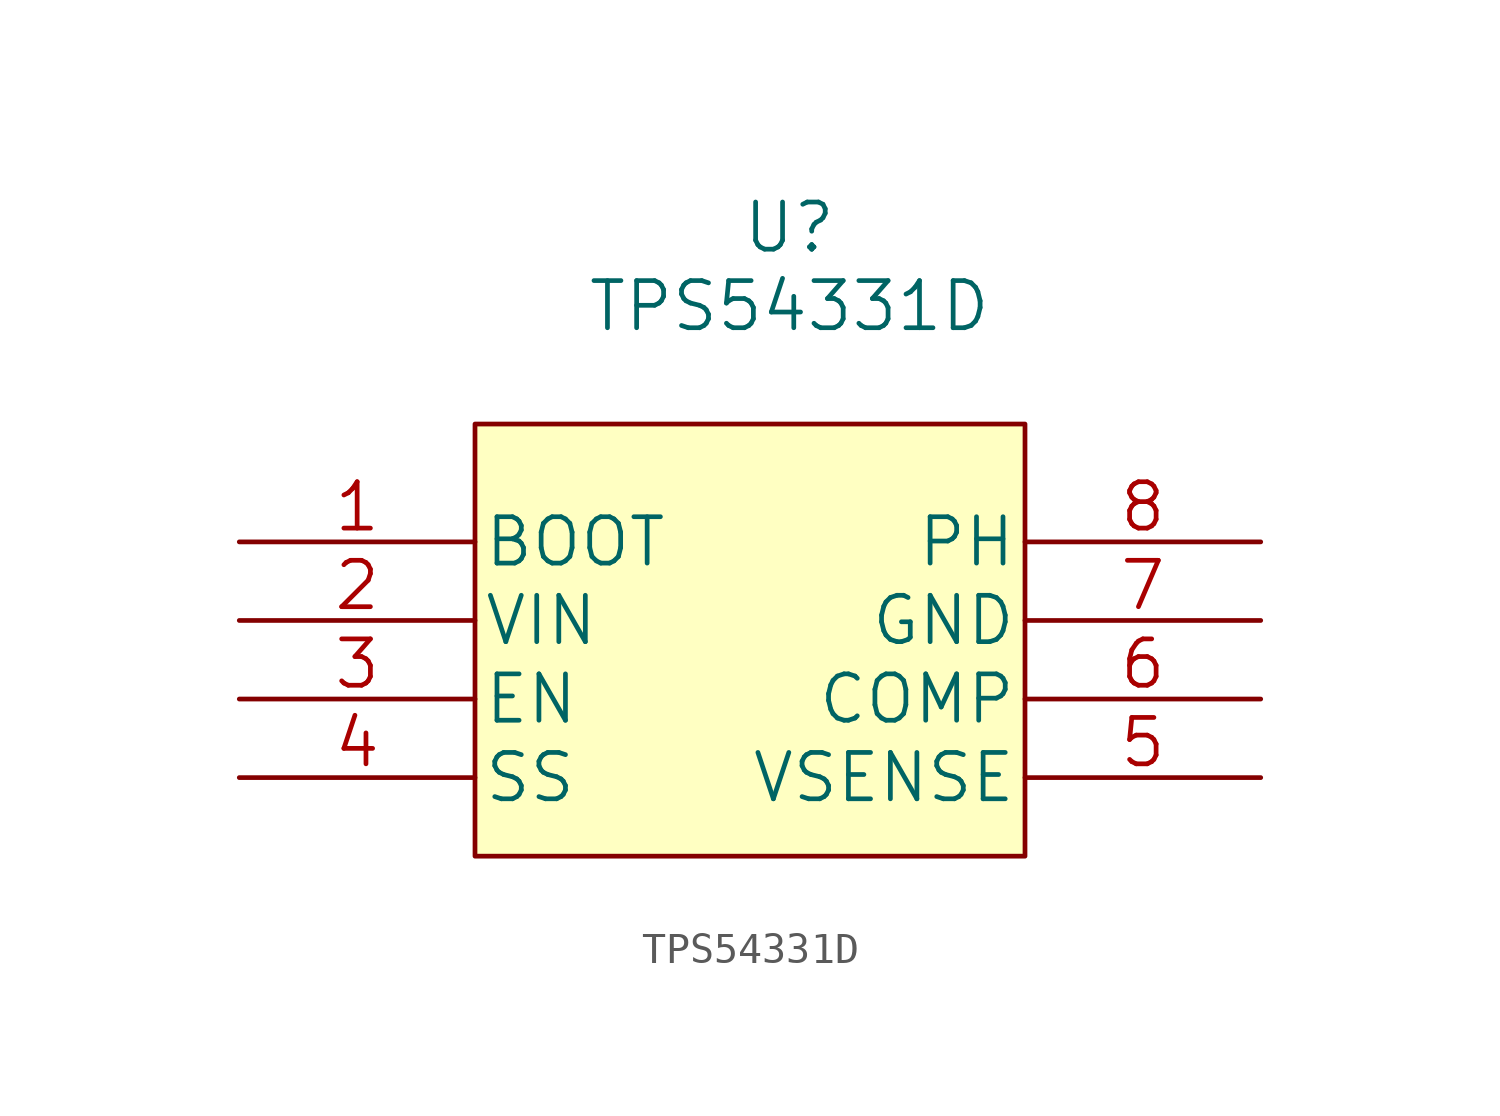
<source format=kicad_sym>
(kicad_symbol_lib
  (version 20211014)
  (generator kicad_symbol_editor)
  (symbol "TPS54331D"
    (pin_names
      (offset 0.254))
    (property "Reference" "U"
      (at 33.02 10.16 0)
      (effects (font (size 1.524 1.524))))
    (property "Value" "TPS54331D"
      (at 33.02 7.62 0)
      (effects (font (size 1.524 1.524))))
    (property "Datasheet" ""
      (at 15.24 0 0)
      (effects (font (size 1.524 1.524))))
    (property "ki_locked" ""
      (at 0 0 0)
      (effects (font (size 1.27 1.27))))
    (symbol "TPS54331D_0_1"
      (rectangle (start 22.86 3.81) (end 40.64 -10.16) (stroke (width 0) (type default) (color 0 0 0 0)) (fill (type background))))
    (symbol "TPS54331D_1_1"
      (pin unspecified line (at 15.24 0 0) (length 7.62) (name "BOOT" (effects (font (size 1.499 1.499)))) (number "1" (effects (font (size 1.499 1.499)))))
      (pin input line (at 15.24 -2.54 0) (length 7.62) (name "VIN" (effects (font (size 1.499 1.499)))) (number "2" (effects (font (size 1.499 1.499)))))
      (pin unspecified line (at 15.24 -5.08 0) (length 7.62) (name "EN" (effects (font (size 1.499 1.499)))) (number "3" (effects (font (size 1.499 1.499)))))
      (pin unspecified line (at 15.24 -7.62 0) (length 7.62) (name "SS" (effects (font (size 1.499 1.499)))) (number "4" (effects (font (size 1.499 1.499)))))
      (pin unspecified line (at 48.26 -7.62 180) (length 7.62) (name "VSENSE" (effects (font (size 1.499 1.499)))) (number "5" (effects (font (size 1.499 1.499)))))
      (pin output line (at 48.26 -5.08 180) (length 7.62) (name "COMP" (effects (font (size 1.499 1.499)))) (number "6" (effects (font (size 1.499 1.499)))))
      (pin power_in line (at 48.26 -2.54 180) (length 7.62) (name "GND" (effects (font (size 1.499 1.499)))) (number "7" (effects (font (size 1.499 1.499)))))
      (pin power_in line (at 48.26 0 180) (length 7.62) (name "PH" (effects (font (size 1.499 1.499)))) (number "8" (effects (font (size 1.499 1.499))))))))
</source>
